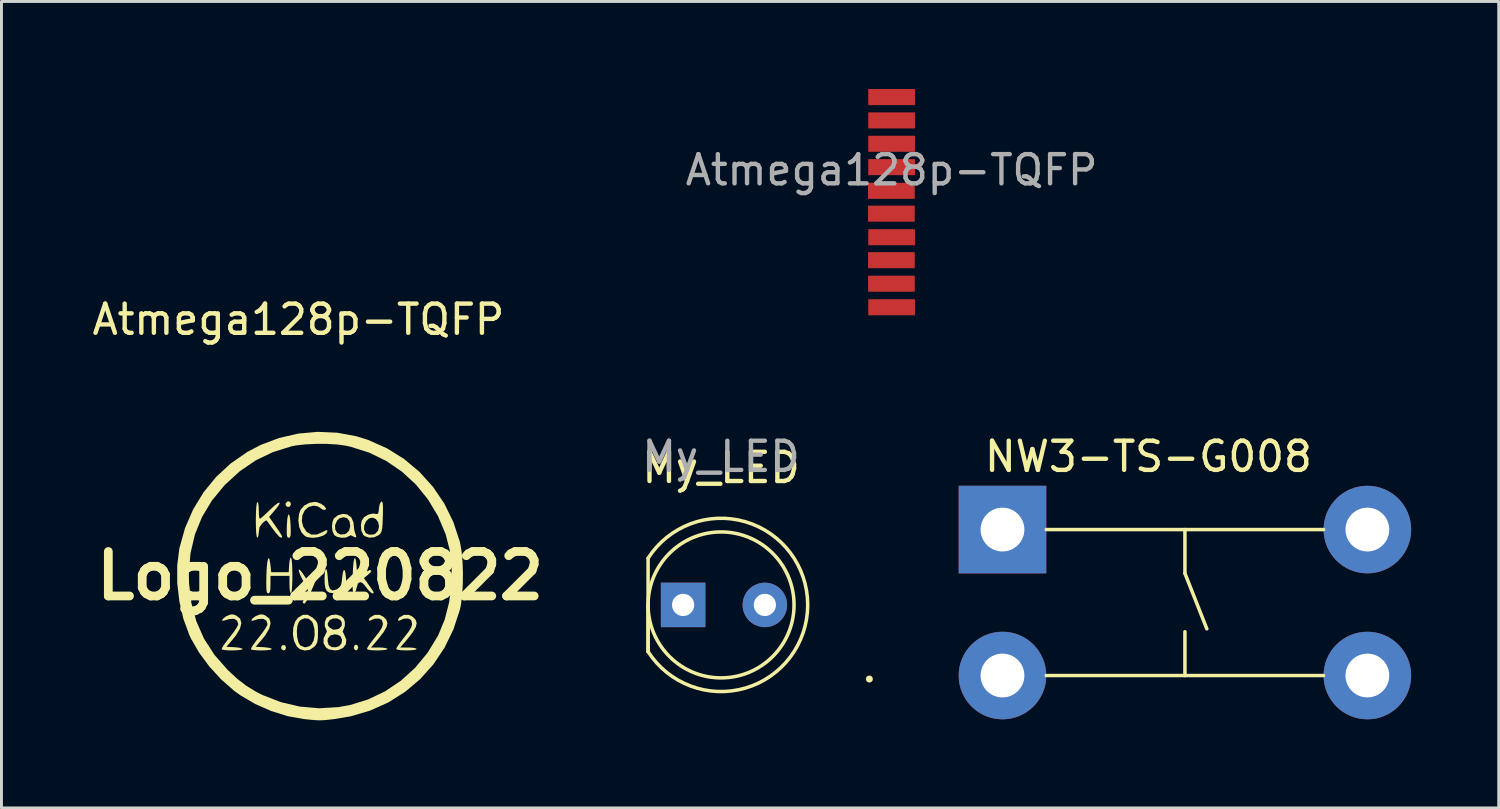
<source format=kicad_pcb>
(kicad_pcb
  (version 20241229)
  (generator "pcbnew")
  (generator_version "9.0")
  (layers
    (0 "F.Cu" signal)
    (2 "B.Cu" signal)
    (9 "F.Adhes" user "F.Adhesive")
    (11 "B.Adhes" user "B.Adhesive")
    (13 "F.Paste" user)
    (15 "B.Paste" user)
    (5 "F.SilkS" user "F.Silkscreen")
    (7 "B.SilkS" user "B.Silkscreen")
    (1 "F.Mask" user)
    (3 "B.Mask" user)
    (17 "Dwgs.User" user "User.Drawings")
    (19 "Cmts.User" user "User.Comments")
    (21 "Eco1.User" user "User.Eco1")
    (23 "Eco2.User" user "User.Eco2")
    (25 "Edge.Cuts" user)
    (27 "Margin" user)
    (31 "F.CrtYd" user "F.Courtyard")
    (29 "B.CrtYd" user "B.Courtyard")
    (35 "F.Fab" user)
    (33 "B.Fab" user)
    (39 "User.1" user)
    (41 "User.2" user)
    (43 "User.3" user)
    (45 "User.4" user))
  (footprint "Logo_220822"
    (layer "F.Cu")
    (at 7.918 16.676)
    (property "Reference" "Logo_220822" (at 0 0 0) (layer "F.SilkS") (effects (font (size 1.524 1.524) (thickness 0.3))))
    (attr board_only exclude_from_pos_files exclude_from_bom)
    (fp_poly (pts (xy -1.016 -2.513) (xy -1.002 -2.455) (xy -1.038 -2.374) (xy -1.114 -2.357) (xy -1.177 -2.405) (xy -1.184 -2.489) (xy -1.119 -2.547) (xy -1.074 -2.555)) (stroke (width 0) (type solid)) (fill yes) (layer "F.SilkS"))
    (fp_poly (pts (xy 1.289 2.396) (xy 1.303 2.455) (xy 1.271 2.536) (xy 1.227 2.555) (xy 1.166 2.513) (xy 1.152 2.455) (xy 1.184 2.373) (xy 1.227 2.355)) (stroke (width 0) (type solid)) (fill yes) (layer "F.SilkS"))
    (fp_poly (pts (xy -1.21 2.379) (xy -1.197 2.39) (xy -1.169 2.469) (xy -1.205 2.539) (xy -1.252 2.555) (xy -1.317 2.519) (xy -1.33 2.501) (xy -1.336 2.424) (xy -1.283 2.373)) (stroke (width 0) (type solid)) (fill yes) (layer "F.SilkS"))
    (fp_poly (pts (xy -1.045 -2.042) (xy -1.023 -1.879) (xy -1.012 -1.704) (xy -1.008 -1.501) (xy -1.015 -1.379) (xy -1.036 -1.319) (xy -1.074 -1.303) (xy -1.077 -1.303) (xy -1.116 -1.317) (xy -1.138 -1.372) (xy -1.146 -1.487) (xy -1.143 -1.681) (xy -1.142 -1.716) (xy -1.126 -1.945) (xy -1.102 -2.076) (xy -1.073 -2.108)) (stroke (width 0) (type solid)) (fill yes) (layer "F.SilkS"))
    (fp_poly (pts (xy -0.048 -0.17) (xy -0.082 -0.047) (xy -0.142 0.124) (xy -0.22 0.32) (xy -0.305 0.521) (xy -0.389 0.705) (xy -0.463 0.851) (xy -0.519 0.937) (xy -0.539 0.951) (xy -0.594 0.928) (xy -0.597 0.914) (xy -0.576 0.849) (xy -0.527 0.73) (xy -0.504 0.676) (xy -0.414 0.476) (xy -0.587 0.163) (xy -0.679 -0.02) (xy -0.727 -0.147) (xy -0.732 -0.211) (xy -0.696 -0.204) (xy -0.62 -0.117) (xy -0.551 -0.013) (xy -0.46 0.125) (xy -0.387 0.22) (xy -0.353 0.25) (xy -0.318 0.208) (xy -0.269 0.102) (xy -0.254 0.063) (xy -0.174 -0.126) (xy -0.102 -0.22) (xy -0.048 -0.224)) (stroke (width 0) (type solid)) (fill yes) (layer "F.SilkS"))
    (fp_poly (pts (xy 0.237 -0.155) (xy 0.258 0.025) (xy 0.261 0.082) (xy 0.285 0.311) (xy 0.336 0.449) (xy 0.42 0.501) (xy 0.543 0.473) (xy 0.589 0.449) (xy 0.67 0.391) (xy 0.717 0.309) (xy 0.743 0.174) (xy 0.751 0.085) (xy 0.776 -0.104) (xy 0.806 -0.197) (xy 0.837 -0.196) (xy 0.865 -0.105) (xy 0.885 0.074) (xy 0.891 0.188) (xy 0.896 0.395) (xy 0.889 0.52) (xy 0.869 0.583) (xy 0.832 0.601) (xy 0.829 0.601) (xy 0.761 0.574) (xy 0.751 0.549) (xy 0.721 0.523) (xy 0.655 0.549) (xy 0.489 0.597) (xy 0.327 0.58) (xy 0.229 0.522) (xy 0.181 0.434) (xy 0.156 0.279) (xy 0.15 0.097) (xy 0.159 -0.11) (xy 0.181 -0.221) (xy 0.209 -0.237)) (stroke (width 0) (type solid)) (fill yes) (layer "F.SilkS"))
    (fp_poly (pts (xy -2.962 1.325) (xy -2.875 1.36) (xy -2.743 1.466) (xy -2.7 1.616) (xy -2.746 1.805) (xy -2.879 2.031) (xy -2.984 2.163) (xy -3.212 2.43) (xy -2.934 2.445) (xy -2.782 2.461) (xy -2.681 2.486) (xy -2.655 2.507) (xy -2.7 2.531) (xy -2.815 2.546) (xy -2.968 2.554) (xy -3.131 2.553) (xy -3.272 2.543) (xy -3.361 2.525) (xy -3.376 2.514) (xy -3.357 2.46) (xy -3.286 2.349) (xy -3.176 2.2) (xy -3.103 2.109) (xy -2.973 1.94) (xy -2.871 1.791) (xy -2.814 1.685) (xy -2.806 1.655) (xy -2.844 1.533) (xy -2.952 1.473) (xy -3.116 1.478) (xy -3.269 1.527) (xy -3.346 1.544) (xy -3.359 1.515) (xy -3.317 1.458) (xy -3.231 1.393) (xy -3.188 1.371) (xy -3.061 1.321)) (stroke (width 0) (type solid)) (fill yes) (layer "F.SilkS"))
    (fp_poly (pts (xy -1.96 1.325) (xy -1.873 1.36) (xy -1.741 1.466) (xy -1.698 1.616) (xy -1.744 1.805) (xy -1.877 2.031) (xy -1.982 2.163) (xy -2.21 2.43) (xy -1.932 2.445) (xy -1.78 2.461) (xy -1.679 2.486) (xy -1.653 2.507) (xy -1.698 2.531) (xy -1.813 2.546) (xy -1.966 2.554) (xy -2.129 2.553) (xy -2.27 2.543) (xy -2.359 2.525) (xy -2.374 2.514) (xy -2.355 2.46) (xy -2.284 2.349) (xy -2.174 2.2) (xy -2.101 2.109) (xy -1.971 1.94) (xy -1.869 1.791) (xy -1.812 1.685) (xy -1.804 1.655) (xy -1.842 1.533) (xy -1.95 1.473) (xy -2.114 1.478) (xy -2.267 1.527) (xy -2.344 1.544) (xy -2.357 1.515) (xy -2.315 1.458) (xy -2.229 1.393) (xy -2.186 1.371) (xy -2.059 1.321)) (stroke (width 0) (type solid)) (fill yes) (layer "F.SilkS"))
    (fp_poly (pts (xy -0.112 -2.524) (xy 0.023 -2.471) (xy 0.138 -2.393) (xy 0.198 -2.313) (xy 0.2 -2.297) (xy 0.166 -2.257) (xy 0.088 -2.267) (xy 0.008 -2.321) (xy 0 -2.33) (xy -0.092 -2.383) (xy -0.223 -2.405) (xy -0.396 -2.361) (xy -0.529 -2.242) (xy -0.61 -2.073) (xy -0.628 -1.872) (xy -0.583 -1.688) (xy -0.466 -1.507) (xy -0.307 -1.416) (xy -0.115 -1.416) (xy 0.088 -1.502) (xy 0.197 -1.56) (xy 0.245 -1.558) (xy 0.25 -1.533) (xy 0.205 -1.443) (xy 0.088 -1.371) (xy -0.073 -1.322) (xy -0.251 -1.302) (xy -0.418 -1.32) (xy -0.514 -1.357) (xy -0.636 -1.481) (xy -0.716 -1.668) (xy -0.748 -1.887) (xy -0.727 -2.109) (xy -0.673 -2.261) (xy -0.549 -2.405) (xy -0.372 -2.502) (xy -0.181 -2.533)) (stroke (width 0) (type solid)) (fill yes) (layer "F.SilkS"))
    (fp_poly (pts (xy -0.979 -0.566) (xy -0.965 -0.434) (xy -0.956 -0.252) (xy -0.952 -0.043) (xy -0.954 0.169) (xy -0.962 0.361) (xy -0.974 0.51) (xy -0.992 0.592) (xy -1.002 0.601) (xy -1.029 0.556) (xy -1.047 0.436) (xy -1.052 0.301) (xy -1.052 0) (xy -1.703 0) (xy -1.703 0.301) (xy -1.709 0.474) (xy -1.729 0.568) (xy -1.768 0.6) (xy -1.78 0.601) (xy -1.813 0.588) (xy -1.834 0.538) (xy -1.844 0.436) (xy -1.847 0.266) (xy -1.843 0.012) (xy -1.843 -0.000174) (xy -1.831 -0.262) (xy -1.813 -0.454) (xy -1.789 -0.572) (xy -1.762 -0.61) (xy -1.735 -0.561) (xy -1.71 -0.419) (xy -1.703 -0.364) (xy -1.678 -0.125) (xy -1.077 -0.125) (xy -1.062 -0.39) (xy -1.045 -0.535) (xy -1.019 -0.616) (xy -0.999 -0.625)) (stroke (width 0) (type solid)) (fill yes) (layer "F.SilkS"))
    (fp_poly (pts (xy 0.924 -2.105) (xy 1.067 -2.001) (xy 1.142 -1.826) (xy 1.152 -1.703) (xy 1.17 -1.556) (xy 1.206 -1.445) (xy 1.239 -1.346) (xy 1.208 -1.311) (xy 1.126 -1.353) (xy 1.045 -1.392) (xy 0.99 -1.361) (xy 0.882 -1.312) (xy 0.73 -1.304) (xy 0.58 -1.335) (xy 0.484 -1.394) (xy 0.425 -1.519) (xy 0.404 -1.689) (xy 0.409 -1.733) (xy 0.509 -1.733) (xy 0.516 -1.586) (xy 0.583 -1.474) (xy 0.698 -1.414) (xy 0.846 -1.428) (xy 0.899 -1.452) (xy 0.992 -1.553) (xy 1.03 -1.706) (xy 1.004 -1.874) (xy 1.003 -1.875) (xy 0.92 -1.976) (xy 0.797 -2.009) (xy 0.666 -1.973) (xy 0.579 -1.893) (xy 0.509 -1.733) (xy 0.409 -1.733) (xy 0.423 -1.858) (xy 0.469 -1.964) (xy 0.604 -2.073) (xy 0.776 -2.123)) (stroke (width 0) (type solid)) (fill yes) (layer "F.SilkS"))
    (fp_poly (pts (xy 1.217 -0.554) (xy 1.24 -0.404) (xy 1.252 -0.253) (xy 1.278 0.12) (xy 1.459 -0.04) (xy 1.602 -0.151) (xy 1.703 -0.199) (xy 1.751 -0.181) (xy 1.753 -0.165) (xy 1.718 -0.112) (xy 1.632 -0.033) (xy 1.625 -0.026) (xy 1.496 0.076) (xy 1.64 0.276) (xy 1.754 0.437) (xy 1.816 0.534) (xy 1.833 0.583) (xy 1.812 0.6) (xy 1.788 0.601) (xy 1.721 0.562) (xy 1.63 0.464) (xy 1.582 0.398) (xy 1.466 0.258) (xy 1.369 0.212) (xy 1.295 0.259) (xy 1.252 0.397) (xy 1.219 0.518) (xy 1.169 0.587) (xy 1.163 0.589) (xy 1.136 0.578) (xy 1.118 0.512) (xy 1.11 0.38) (xy 1.11 0.168) (xy 1.113 0.005) (xy 1.125 -0.267) (xy 1.143 -0.463) (xy 1.166 -0.579) (xy 1.191 -0.611)) (stroke (width 0) (type solid)) (fill yes) (layer "F.SilkS"))
    (fp_poly (pts (xy 2.169 1.404) (xy 2.267 1.505) (xy 2.304 1.618) (xy 2.274 1.753) (xy 2.175 1.925) (xy 2.004 2.145) (xy 1.965 2.192) (xy 1.741 2.455) (xy 2.023 2.455) (xy 2.176 2.463) (xy 2.278 2.484) (xy 2.305 2.505) (xy 2.258 2.531) (xy 2.134 2.548) (xy 1.954 2.555) (xy 1.954 2.555) (xy 1.745 2.547) (xy 1.628 2.524) (xy 1.603 2.498) (xy 1.633 2.436) (xy 1.713 2.318) (xy 1.828 2.167) (xy 1.882 2.1) (xy 2.027 1.914) (xy 2.11 1.78) (xy 2.145 1.678) (xy 2.145 1.618) (xy 2.111 1.51) (xy 2.02 1.466) (xy 1.988 1.462) (xy 1.859 1.47) (xy 1.774 1.506) (xy 1.694 1.543) (xy 1.661 1.51) (xy 1.702 1.434) (xy 1.706 1.43) (xy 1.865 1.336) (xy 2.037 1.336)) (stroke (width 0) (type solid)) (fill yes) (layer "F.SilkS"))
    (fp_poly (pts (xy 3.171 1.404) (xy 3.269 1.505) (xy 3.306 1.618) (xy 3.276 1.753) (xy 3.177 1.925) (xy 3.006 2.145) (xy 2.967 2.192) (xy 2.743 2.455) (xy 3.025 2.455) (xy 3.178 2.463) (xy 3.28 2.484) (xy 3.307 2.505) (xy 3.26 2.531) (xy 3.136 2.548) (xy 2.956 2.555) (xy 2.956 2.555) (xy 2.747 2.547) (xy 2.63 2.524) (xy 2.605 2.498) (xy 2.635 2.436) (xy 2.715 2.318) (xy 2.83 2.167) (xy 2.884 2.1) (xy 3.028 1.914) (xy 3.112 1.78) (xy 3.147 1.678) (xy 3.147 1.618) (xy 3.113 1.51) (xy 3.022 1.466) (xy 2.99 1.462) (xy 2.861 1.47) (xy 2.776 1.506) (xy 2.695 1.543) (xy 2.663 1.51) (xy 2.704 1.434) (xy 2.708 1.43) (xy 2.867 1.336) (xy 3.039 1.336)) (stroke (width 0) (type solid)) (fill yes) (layer "F.SilkS"))
    (fp_poly (pts (xy -0.261 1.429) (xy -0.243 1.445) (xy -0.155 1.53) (xy -0.104 1.609) (xy -0.081 1.714) (xy -0.075 1.876) (xy -0.075 1.946) (xy -0.08 2.142) (xy -0.1 2.27) (xy -0.143 2.361) (xy -0.197 2.426) (xy -0.353 2.532) (xy -0.53 2.56) (xy -0.698 2.511) (xy -0.795 2.426) (xy -0.892 2.238) (xy -0.934 2.012) (xy -0.928 1.896) (xy -0.8 1.896) (xy -0.789 2.09) (xy -0.751 2.261) (xy -0.689 2.375) (xy -0.676 2.386) (xy -0.522 2.45) (xy -0.375 2.414) (xy -0.301 2.355) (xy -0.225 2.22) (xy -0.19 2.029) (xy -0.197 1.821) (xy -0.246 1.632) (xy -0.281 1.566) (xy -0.392 1.471) (xy -0.533 1.453) (xy -0.668 1.509) (xy -0.731 1.578) (xy -0.781 1.714) (xy -0.8 1.896) (xy -0.928 1.896) (xy -0.922 1.779) (xy -0.859 1.571) (xy -0.762 1.438) (xy -0.596 1.336) (xy -0.431 1.333)) (stroke (width 0) (type solid)) (fill yes) (layer "F.SilkS"))
    (fp_poly (pts (xy -2.125 -2.503) (xy -2.108 -2.387) (xy -2.104 -2.257) (xy -2.099 -2.098) (xy -2.085 -1.988) (xy -2.068 -1.954) (xy -2.018 -1.987) (xy -1.917 -2.075) (xy -1.782 -2.202) (xy -1.723 -2.259) (xy -1.562 -2.409) (xy -1.449 -2.493) (xy -1.391 -2.512) (xy -1.394 -2.466) (xy -1.465 -2.356) (xy -1.554 -2.246) (xy -1.749 -2.018) (xy -1.526 -1.7) (xy -1.42 -1.545) (xy -1.341 -1.42) (xy -1.304 -1.349) (xy -1.303 -1.343) (xy -1.327 -1.299) (xy -1.396 -1.338) (xy -1.506 -1.456) (xy -1.61 -1.591) (xy -1.715 -1.735) (xy -1.796 -1.846) (xy -1.836 -1.899) (xy -1.837 -1.9) (xy -1.88 -1.884) (xy -1.964 -1.817) (xy -1.979 -1.803) (xy -2.077 -1.667) (xy -2.104 -1.494) (xy -2.116 -1.372) (xy -2.145 -1.306) (xy -2.154 -1.303) (xy -2.176 -1.351) (xy -2.193 -1.487) (xy -2.202 -1.701) (xy -2.204 -1.901) (xy -2.2 -2.15) (xy -2.189 -2.35) (xy -2.172 -2.483) (xy -2.154 -2.53)) (stroke (width 0) (type solid)) (fill yes) (layer "F.SilkS"))
    (fp_poly (pts (xy 2.126 -2.536) (xy 2.144 -2.478) (xy 2.152 -2.356) (xy 2.15 -2.155) (xy 2.146 -2.03) (xy 2.137 -1.789) (xy 2.124 -1.627) (xy 2.103 -1.524) (xy 2.07 -1.457) (xy 2.02 -1.405) (xy 2.011 -1.398) (xy 1.855 -1.321) (xy 1.682 -1.308) (xy 1.531 -1.357) (xy 1.482 -1.398) (xy 1.409 -1.545) (xy 1.406 -1.587) (xy 1.502 -1.587) (xy 1.56 -1.466) (xy 1.563 -1.463) (xy 1.674 -1.411) (xy 1.813 -1.413) (xy 1.888 -1.442) (xy 1.984 -1.551) (xy 2.015 -1.692) (xy 1.989 -1.834) (xy 1.908 -1.946) (xy 1.795 -1.994) (xy 1.669 -1.965) (xy 1.57 -1.868) (xy 1.509 -1.731) (xy 1.502 -1.587) (xy 1.406 -1.587) (xy 1.395 -1.739) (xy 1.424 -1.892) (xy 1.507 -2.01) (xy 1.649 -2.098) (xy 1.807 -2.133) (xy 1.875 -2.126) (xy 1.952 -2.115) (xy 1.991 -2.15) (xy 2.009 -2.253) (xy 2.013 -2.309) (xy 2.038 -2.451) (xy 2.082 -2.535) (xy 2.096 -2.544)) (stroke (width 0) (type solid)) (fill yes) (layer "F.SilkS"))
    (fp_poly (pts (xy 0.715 1.38) (xy 0.813 1.473) (xy 0.847 1.585) (xy 0.843 1.722) (xy 0.804 1.83) (xy 0.796 1.839) (xy 0.771 1.909) (xy 0.821 2.011) (xy 0.895 2.184) (xy 0.88 2.343) (xy 0.785 2.468) (xy 0.622 2.542) (xy 0.501 2.555) (xy 0.298 2.52) (xy 0.2 2.455) (xy 0.113 2.305) (xy 0.116 2.229) (xy 0.25 2.229) (xy 0.29 2.366) (xy 0.393 2.441) (xy 0.539 2.446) (xy 0.655 2.403) (xy 0.732 2.313) (xy 0.748 2.186) (xy 0.698 2.071) (xy 0.691 2.064) (xy 0.598 2.018) (xy 0.501 2.004) (xy 0.348 2.041) (xy 0.264 2.145) (xy 0.25 2.229) (xy 0.116 2.229) (xy 0.119 2.135) (xy 0.181 2.011) (xy 0.231 1.908) (xy 0.206 1.839) (xy 0.158 1.731) (xy 0.158 1.646) (xy 0.258 1.646) (xy 0.27 1.709) (xy 0.329 1.775) (xy 0.454 1.847) (xy 0.601 1.827) (xy 0.655 1.802) (xy 0.737 1.71) (xy 0.74 1.592) (xy 0.691 1.513) (xy 0.58 1.459) (xy 0.445 1.46) (xy 0.332 1.512) (xy 0.302 1.55) (xy 0.258 1.646) (xy 0.158 1.646) (xy 0.159 1.587) (xy 0.207 1.459) (xy 0.229 1.431) (xy 0.379 1.342) (xy 0.553 1.326)) (stroke (width 0) (type solid)) (fill yes) (layer "F.SilkS"))
    (fp_poly (pts (xy 0.587 -4.903) (xy 1.239 -4.782) (xy 1.641 -4.657) (xy 2.288 -4.368) (xy 2.879 -4) (xy 3.406 -3.557) (xy 3.866 -3.047) (xy 4.253 -2.475) (xy 4.561 -1.846) (xy 4.785 -1.168) (xy 4.789 -1.152) (xy 4.841 -0.865) (xy 4.875 -0.51) (xy 4.89 -0.116) (xy 4.886 0.286) (xy 4.863 0.667) (xy 4.821 0.996) (xy 4.789 1.151) (xy 4.565 1.834) (xy 4.26 2.462) (xy 3.879 3.032) (xy 3.427 3.537) (xy 2.912 3.972) (xy 2.339 4.334) (xy 1.712 4.616) (xy 1.039 4.814) (xy 0.476 4.908) (xy 0.261 4.932) (xy 0.102 4.946) (xy -0.032 4.95) (xy -0.173 4.943) (xy -0.355 4.927) (xy -0.567 4.905) (xy -1.114 4.807) (xy -1.677 4.631) (xy -2.225 4.39) (xy -2.728 4.096) (xy -2.943 3.942) (xy -3.387 3.553) (xy -3.795 3.108) (xy -4.149 2.63) (xy -4.429 2.143) (xy -4.484 2.025) (xy -4.686 1.471) (xy -4.824 0.872) (xy -4.896 0.255) (xy -4.897 -0.102) (xy -4.499 -0.102) (xy -4.493 0.25) (xy -4.413 0.926) (xy -4.241 1.56) (xy -3.978 2.153) (xy -3.624 2.704) (xy -3.18 3.211) (xy -3.173 3.219) (xy -2.84 3.527) (xy -2.524 3.771) (xy -2.193 3.972) (xy -1.979 4.081) (xy -1.349 4.326) (xy -0.698 4.479) (xy -0.037 4.536) (xy 0.623 4.497) (xy 1.016 4.427) (xy 1.641 4.235) (xy 2.227 3.954) (xy 2.767 3.59) (xy 3.252 3.151) (xy 3.673 2.643) (xy 4.023 2.072) (xy 4.051 2.019) (xy 4.267 1.492) (xy 4.415 0.916) (xy 4.494 0.315) (xy 4.503 -0.29) (xy 4.439 -0.876) (xy 4.301 -1.417) (xy 4.036 -2.046) (xy 3.693 -2.618) (xy 3.279 -3.128) (xy 2.801 -3.568) (xy 2.265 -3.935) (xy 1.678 -4.221) (xy 1.046 -4.421) (xy 0.852 -4.463) (xy 0.565 -4.501) (xy 0.221 -4.52) (xy -0.149 -4.52) (xy -0.508 -4.503) (xy -0.823 -4.468) (xy -0.977 -4.438) (xy -1.616 -4.24) (xy -2.205 -3.957) (xy -2.75 -3.586) (xy -3.256 -3.124) (xy -3.287 -3.091) (xy -3.715 -2.57) (xy -4.05 -2.01) (xy -4.292 -1.413) (xy -4.442 -0.776) (xy -4.499 -0.102) (xy -4.897 -0.102) (xy -4.898 -0.352) (xy -4.827 -0.923) (xy -4.821 -0.952) (xy -4.629 -1.638) (xy -4.351 -2.278) (xy -3.993 -2.865) (xy -3.559 -3.394) (xy -3.055 -3.858) (xy -2.486 -4.25) (xy -2.041 -4.483) (xy -1.409 -4.722) (xy -0.751 -4.873) (xy -0.081 -4.933)) (stroke (width 0) (type solid)) (fill yes) (layer "F.SilkS")))
  (footprint "NW3-TS-G008"
    (layer "F.Cu")
    (at 31.291 15.091)
    (property "Reference" "NW3-TS-G008" (at 5 -2.5 0) (unlocked yes) (layer "F.SilkS") (effects (font (size 1 1) (thickness 0.15))))
    (attr through_hole)
    (fp_line (start 1.5 0) (end 11 0) (stroke (width 0.12) (type solid)) (layer "F.SilkS"))
    (fp_line (start 1.5 5) (end 11 5) (stroke (width 0.12) (type solid)) (layer "F.SilkS"))
    (fp_line (start 6.25 0) (end 6.25 1.5) (stroke (width 0.12) (type solid)) (layer "F.SilkS"))
    (fp_line (start 6.25 1.5) (end 7 3.4) (stroke (width 0.12) (type solid)) (layer "F.SilkS"))
    (fp_line (start 6.25 3.5) (end 6.25 5) (stroke (width 0.12) (type solid)) (layer "F.SilkS"))
    (pad "1" thru_hole rect (at 0 0) (size 3 3) (drill 1.5) (layers "*.Cu" "*.Mask"))
    (pad "2" thru_hole circle (at 0 5) (size 3 3) (drill 1.5) (layers "*.Cu" "*.Mask"))
    (pad "3" thru_hole circle (at 12.5 0) (size 3 3) (drill 1.5) (layers "*.Cu" "*.Mask"))
    (pad "4" thru_hole circle (at 12.5 5) (size 3 3) (drill 1.5) (layers "*.Cu" "*.Mask")))
  (footprint "Atmega128p-TQFP"
    (layer "F.Cu")
    (at 27.493 0.275)
    (property "Reference" "Atmega128p-TQFP" (at -20.32 7.62 0) (unlocked yes) (layer "F.SilkS") (effects (font (size 1 1) (thickness 0.15))))
    (attr smd)
    (fp_text user "${REFERENCE}" (at 0 2.5 0) (unlocked yes) (layer "F.Fab") (effects (font (size 1 1) (thickness 0.15))))
    (pad "1" smd rect (at 0 0) (size 1.6 0.55) (layers "F.Cu" "F.Mask" "F.Paste"))
    (pad "1" smd rect (at 0 0.8) (size 1.6 0.55) (layers "F.Cu" "F.Mask" "F.Paste"))
    (pad "2" smd rect (at 0 1.6) (size 1.6 0.55) (layers "F.Cu" "F.Mask" "F.Paste"))
    (pad "3" smd rect (at 0 2.4) (size 1.6 0.55) (layers "F.Cu" "F.Mask" "F.Paste"))
    (pad "4" smd rect (at -0.008 3.212) (size 1.6 0.55) (layers "F.Cu" "F.Mask" "F.Paste"))
    (pad "5" smd rect (at -0.008 3.994) (size 1.6 0.55) (layers "F.Cu" "F.Mask" "F.Paste"))
    (pad "6" smd rect (at 0 4.8) (size 1.6 0.55) (layers "F.Cu" "F.Mask" "F.Paste"))
    (pad "7" smd rect (at -0.006 5.588) (size 1.6 0.55) (layers "F.Cu" "F.Mask" "F.Paste"))
    (pad "8" smd rect (at -0.006 6.394) (size 1.6 0.55) (layers "F.Cu" "F.Mask" "F.Paste"))
    (pad "8" smd rect (at 0 7.2) (size 1.6 0.55) (layers "F.Cu" "F.Mask" "F.Paste")))
  (footprint "My_LED"
    (layer "F.Cu")
    (at 21.651 17.672)
    (property "Reference" "My_LED" (at 0 -4.7 0) (unlocked yes) (layer "F.SilkS") (effects (font (size 1 1) (thickness 0.15))))
    (attr through_hole)
    (fp_line (start -2.5 0) (end -2.5 -1.6) (stroke (width 0.12) (type solid)) (layer "F.SilkS"))
    (fp_line (start -2.5 0) (end -2.5 1.6) (stroke (width 0.12) (type solid)) (layer "F.SilkS"))
    (fp_line (start -2.5 1.6) (end -2.5 0) (stroke (width 0.12) (type solid)) (layer "F.SilkS"))
    (fp_arc (start -2.5 -1.6) (mid 2.968164 0) (end -2.5 1.6) (stroke (width 0.12) (type solid)) (layer "F.SilkS"))
    (fp_circle (center 0 0) (end 0 -2.5) (stroke (width 0.12) (type solid)) (fill no) (layer "F.SilkS"))
    (fp_circle (center 5.08 2.54) (end 5.08 2.54) (stroke (width 0.12) (type solid)) (fill no) (layer "F.SilkS"))
    (fp_text user "${REFERENCE}" (at 0 -5.08 0) (unlocked yes) (layer "F.Fab") (effects (font (size 1 1) (thickness 0.15))))
    (pad "1" thru_hole rect (at -1.3 0) (size 1.524 1.524) (drill 0.762) (layers "*.Cu" "*.Mask"))
    (pad "2" thru_hole circle (at 1.5 0) (size 1.524 1.524) (drill 0.762) (layers "*.Cu" "*.Mask")))
  (gr_rect
    (start -3 -3)
    (end 48.291 24.626)
    (stroke (width 0.1) (type default))
    (fill no)
    (layer "Edge.Cuts")))
</source>
